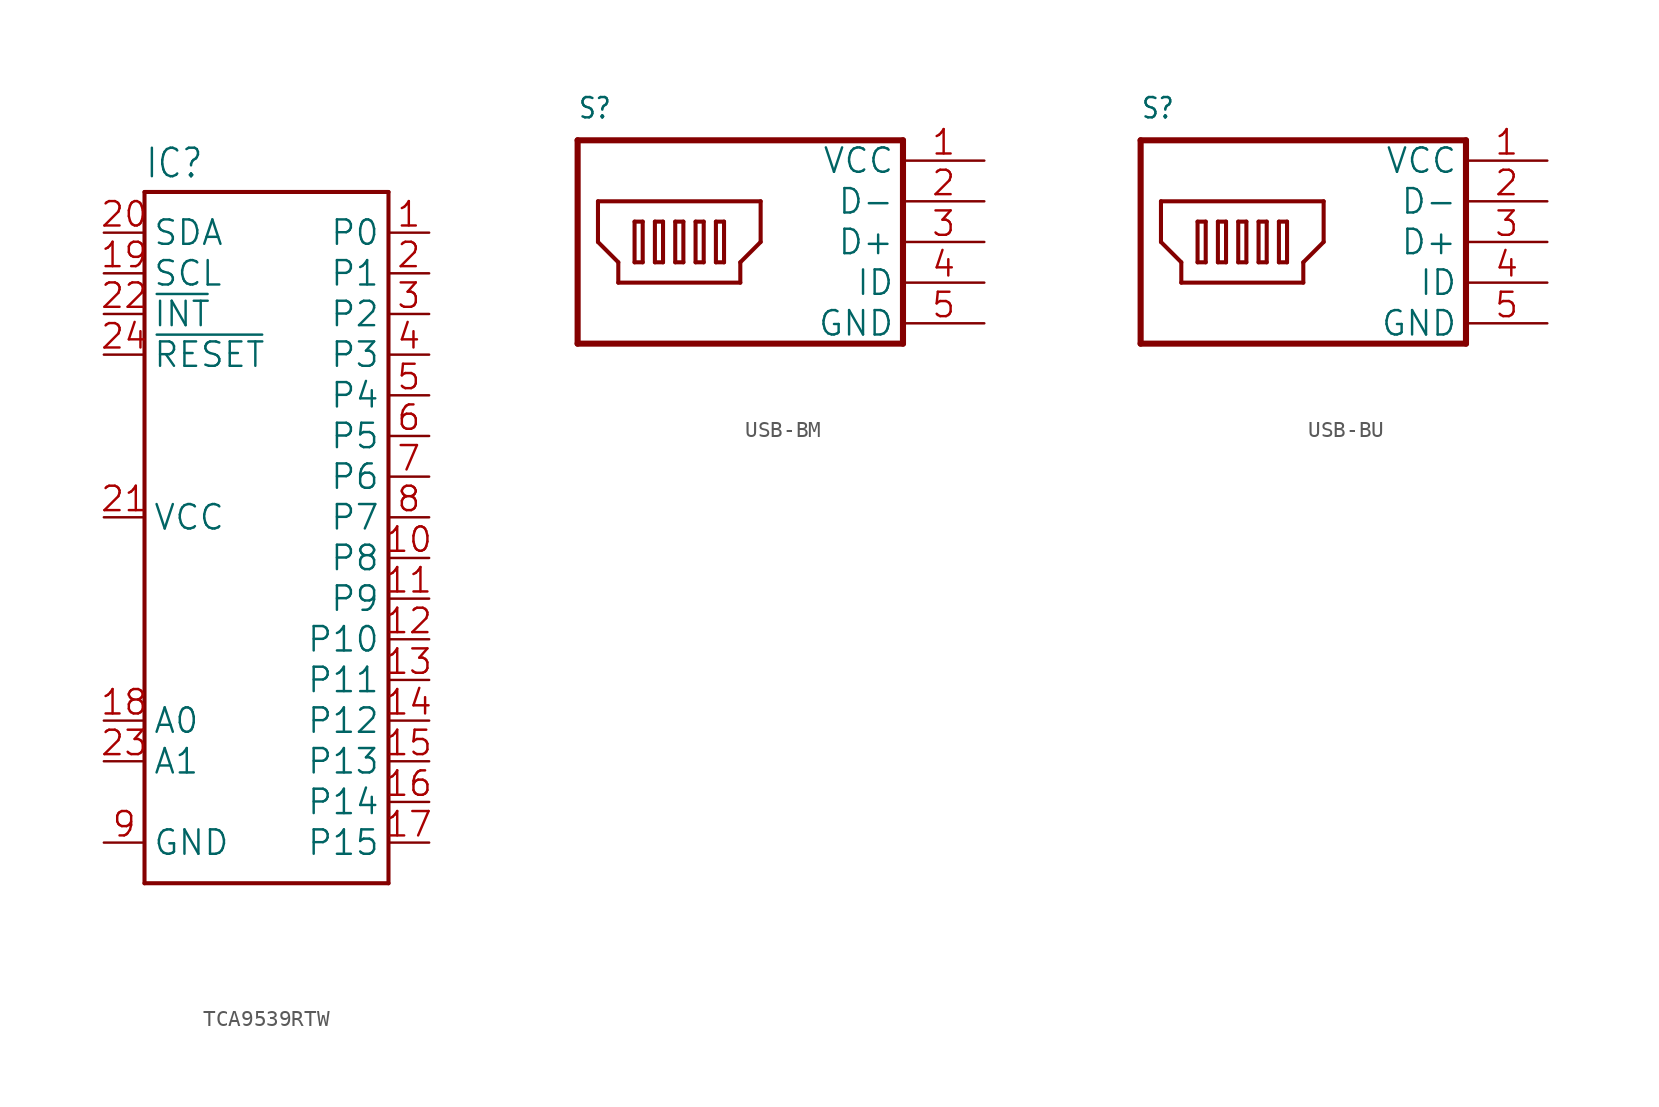
<source format=kicad_sym>
(kicad_symbol_lib
  (version 20241209)
  (generator "kicad_symbol_editor")
  (generator_version "9.0")
  (symbol "TCA9539RTW"
    (property "Reference" "IC"
      (at -7.62 21.082 0)
      (effects (font (size 1.778 1.511)) (justify left bottom)))
    (property "Value" ""
      (at -7.62 -25.4 0)
      (effects (font (size 1.778 1.511)) (justify left bottom)))
    (property "ki_locked" ""
      (at 0 0 0)
      (effects (font (size 1.27 1.27))))
    (symbol "TCA9539RTW_1_0"
      (polyline (pts (xy -7.62 20.32) (xy 7.62 20.32)) (stroke (width 0.254) (type solid)) (fill (type none)))
      (polyline (pts (xy -7.62 -22.86) (xy -7.62 20.32)) (stroke (width 0.254) (type solid)) (fill (type none)))
      (polyline (pts (xy 7.62 20.32) (xy 7.62 -22.86)) (stroke (width 0.254) (type solid)) (fill (type none)))
      (polyline (pts (xy 7.62 -22.86) (xy -7.62 -22.86)) (stroke (width 0.254) (type solid)) (fill (type none)))
      (pin bidirectional line (at -10.16 17.78 0) (length 2.54) (name "SDA" (effects (font (size 1.524 1.524)))) (number "20" (effects (font (size 1.524 1.524)))))
      (pin bidirectional line (at -10.16 15.24 0) (length 2.54) (name "SCL" (effects (font (size 1.524 1.524)))) (number "19" (effects (font (size 1.524 1.524)))))
      (pin bidirectional line (at -10.16 12.7 0) (length 2.54) (name "~{INT}" (effects (font (size 1.524 1.524)))) (number "22" (effects (font (size 1.524 1.524)))))
      (pin bidirectional line (at -10.16 10.16 0) (length 2.54) (name "~{RESET}" (effects (font (size 1.524 1.524)))) (number "24" (effects (font (size 1.524 1.524)))))
      (pin bidirectional line (at -10.16 0 0) (length 2.54) (name "VCC" (effects (font (size 1.524 1.524)))) (number "21" (effects (font (size 1.524 1.524)))))
      (pin bidirectional line (at -10.16 -12.7 0) (length 2.54) (name "A0" (effects (font (size 1.524 1.524)))) (number "18" (effects (font (size 1.524 1.524)))))
      (pin bidirectional line (at -10.16 -15.24 0) (length 2.54) (name "A1" (effects (font (size 1.524 1.524)))) (number "23" (effects (font (size 1.524 1.524)))))
      (pin bidirectional line (at -10.16 -20.32 0) (length 2.54) (name "GND" (effects (font (size 1.524 1.524)))) (number "9" (effects (font (size 1.524 1.524)))))
      (pin bidirectional line (at 10.16 17.78 180) (length 2.54) (name "P0" (effects (font (size 1.524 1.524)))) (number "1" (effects (font (size 1.524 1.524)))))
      (pin bidirectional line (at 10.16 15.24 180) (length 2.54) (name "P1" (effects (font (size 1.524 1.524)))) (number "2" (effects (font (size 1.524 1.524)))))
      (pin bidirectional line (at 10.16 12.7 180) (length 2.54) (name "P2" (effects (font (size 1.524 1.524)))) (number "3" (effects (font (size 1.524 1.524)))))
      (pin bidirectional line (at 10.16 10.16 180) (length 2.54) (name "P3" (effects (font (size 1.524 1.524)))) (number "4" (effects (font (size 1.524 1.524)))))
      (pin bidirectional line (at 10.16 7.62 180) (length 2.54) (name "P4" (effects (font (size 1.524 1.524)))) (number "5" (effects (font (size 1.524 1.524)))))
      (pin bidirectional line (at 10.16 5.08 180) (length 2.54) (name "P5" (effects (font (size 1.524 1.524)))) (number "6" (effects (font (size 1.524 1.524)))))
      (pin bidirectional line (at 10.16 2.54 180) (length 2.54) (name "P6" (effects (font (size 1.524 1.524)))) (number "7" (effects (font (size 1.524 1.524)))))
      (pin bidirectional line (at 10.16 0 180) (length 2.54) (name "P7" (effects (font (size 1.524 1.524)))) (number "8" (effects (font (size 1.524 1.524)))))
      (pin bidirectional line (at 10.16 -2.54 180) (length 2.54) (name "P8" (effects (font (size 1.524 1.524)))) (number "10" (effects (font (size 1.524 1.524)))))
      (pin bidirectional line (at 10.16 -5.08 180) (length 2.54) (name "P9" (effects (font (size 1.524 1.524)))) (number "11" (effects (font (size 1.524 1.524)))))
      (pin bidirectional line (at 10.16 -7.62 180) (length 2.54) (name "P10" (effects (font (size 1.524 1.524)))) (number "12" (effects (font (size 1.524 1.524)))))
      (pin bidirectional line (at 10.16 -10.16 180) (length 2.54) (name "P11" (effects (font (size 1.524 1.524)))) (number "13" (effects (font (size 1.524 1.524)))))
      (pin bidirectional line (at 10.16 -12.7 180) (length 2.54) (name "P12" (effects (font (size 1.524 1.524)))) (number "14" (effects (font (size 1.524 1.524)))))
      (pin bidirectional line (at 10.16 -15.24 180) (length 2.54) (name "P13" (effects (font (size 1.524 1.524)))) (number "15" (effects (font (size 1.524 1.524)))))
      (pin bidirectional line (at 10.16 -17.78 180) (length 2.54) (name "P14" (effects (font (size 1.524 1.524)))) (number "16" (effects (font (size 1.524 1.524)))))
      (pin bidirectional line (at 10.16 -20.32 180) (length 2.54) (name "P15" (effects (font (size 1.524 1.524)))) (number "17" (effects (font (size 1.524 1.524)))))))
  (symbol "USB-BM"
    (property "Reference" "S"
      (at -17.78 12.7 0)
      (effects (font (size 1.27 1.079)) (justify left bottom)))
    (property "Value" ""
      (at -17.78 -3.81 0)
      (effects (font (size 1.27 1.079)) (justify left bottom)))
    (property "ki_locked" ""
      (at 0 0 0)
      (effects (font (size 1.27 1.27))))
    (symbol "USB-BM_1_0"
      (polyline (pts (xy -17.78 11.43) (xy -17.78 -1.27)) (stroke (width 0.381) (type solid)) (fill (type none)))
      (polyline (pts (xy -17.78 -1.27) (xy 2.54 -1.27)) (stroke (width 0.381) (type solid)) (fill (type none)))
      (polyline (pts (xy -16.51 7.62) (xy -16.51 5.08)) (stroke (width 0.254) (type solid)) (fill (type none)))
      (polyline (pts (xy -16.51 5.08) (xy -15.24 3.81)) (stroke (width 0.254) (type solid)) (fill (type none)))
      (polyline (pts (xy -15.24 3.81) (xy -15.24 2.54)) (stroke (width 0.254) (type solid)) (fill (type none)))
      (polyline (pts (xy -15.24 2.54) (xy -7.62 2.54)) (stroke (width 0.254) (type solid)) (fill (type none)))
      (polyline (pts (xy -14.224 6.35) (xy -13.716 6.35)) (stroke (width 0.254) (type solid)) (fill (type none)))
      (polyline (pts (xy -14.224 3.81) (xy -14.224 6.35)) (stroke (width 0.254) (type solid)) (fill (type none)))
      (polyline (pts (xy -13.716 6.35) (xy -13.716 3.81)) (stroke (width 0.254) (type solid)) (fill (type none)))
      (polyline (pts (xy -13.716 3.81) (xy -14.224 3.81)) (stroke (width 0.254) (type solid)) (fill (type none)))
      (polyline (pts (xy -12.954 6.35) (xy -12.446 6.35)) (stroke (width 0.254) (type solid)) (fill (type none)))
      (polyline (pts (xy -12.954 3.81) (xy -12.954 6.35)) (stroke (width 0.254) (type solid)) (fill (type none)))
      (polyline (pts (xy -12.446 6.35) (xy -12.446 3.81)) (stroke (width 0.254) (type solid)) (fill (type none)))
      (polyline (pts (xy -12.446 3.81) (xy -12.954 3.81)) (stroke (width 0.254) (type solid)) (fill (type none)))
      (polyline (pts (xy -11.684 6.35) (xy -11.176 6.35)) (stroke (width 0.254) (type solid)) (fill (type none)))
      (polyline (pts (xy -11.684 3.81) (xy -11.684 6.35)) (stroke (width 0.254) (type solid)) (fill (type none)))
      (polyline (pts (xy -11.176 6.35) (xy -11.176 3.81)) (stroke (width 0.254) (type solid)) (fill (type none)))
      (polyline (pts (xy -11.176 3.81) (xy -11.684 3.81)) (stroke (width 0.254) (type solid)) (fill (type none)))
      (polyline (pts (xy -10.414 6.35) (xy -9.906 6.35)) (stroke (width 0.254) (type solid)) (fill (type none)))
      (polyline (pts (xy -10.414 3.81) (xy -10.414 6.35)) (stroke (width 0.254) (type solid)) (fill (type none)))
      (polyline (pts (xy -9.906 6.35) (xy -9.906 3.81)) (stroke (width 0.254) (type solid)) (fill (type none)))
      (polyline (pts (xy -9.906 3.81) (xy -10.414 3.81)) (stroke (width 0.254) (type solid)) (fill (type none)))
      (polyline (pts (xy -9.144 6.35) (xy -8.636 6.35)) (stroke (width 0.254) (type solid)) (fill (type none)))
      (polyline (pts (xy -9.144 3.81) (xy -9.144 6.35)) (stroke (width 0.254) (type solid)) (fill (type none)))
      (polyline (pts (xy -8.636 6.35) (xy -8.636 3.81)) (stroke (width 0.254) (type solid)) (fill (type none)))
      (polyline (pts (xy -8.636 3.81) (xy -9.144 3.81)) (stroke (width 0.254) (type solid)) (fill (type none)))
      (polyline (pts (xy -7.62 3.81) (xy -6.35 5.08)) (stroke (width 0.254) (type solid)) (fill (type none)))
      (polyline (pts (xy -7.62 2.54) (xy -7.62 3.81)) (stroke (width 0.254) (type solid)) (fill (type none)))
      (polyline (pts (xy -6.35 7.62) (xy -16.51 7.62)) (stroke (width 0.254) (type solid)) (fill (type none)))
      (polyline (pts (xy -6.35 5.08) (xy -6.35 7.62)) (stroke (width 0.254) (type solid)) (fill (type none)))
      (polyline (pts (xy 2.54 11.43) (xy -17.78 11.43)) (stroke (width 0.381) (type solid)) (fill (type none)))
      (polyline (pts (xy 2.54 -1.27) (xy 2.54 11.43)) (stroke (width 0.381) (type solid)) (fill (type none)))
      (pin bidirectional line (at 7.62 10.16 180) (length 5.08) (name "VCC" (effects (font (size 1.524 1.524)))) (number "1" (effects (font (size 1.524 1.524)))))
      (pin bidirectional line (at 7.62 7.62 180) (length 5.08) (name "D-" (effects (font (size 1.524 1.524)))) (number "2" (effects (font (size 1.524 1.524)))))
      (pin bidirectional line (at 7.62 5.08 180) (length 5.08) (name "D+" (effects (font (size 1.524 1.524)))) (number "3" (effects (font (size 1.524 1.524)))))
      (pin bidirectional line (at 7.62 2.54 180) (length 5.08) (name "ID" (effects (font (size 1.524 1.524)))) (number "4" (effects (font (size 1.524 1.524)))))
      (pin bidirectional line (at 7.62 0 180) (length 5.08) (name "GND" (effects (font (size 1.524 1.524)))) (number "5" (effects (font (size 1.524 1.524)))))))
  (symbol "USB-BU"
    (property "Reference" "S"
      (at -17.78 12.7 0)
      (effects (font (size 1.27 1.079)) (justify left bottom)))
    (property "Value" ""
      (at -17.78 -3.81 0)
      (effects (font (size 1.27 1.079)) (justify left bottom)))
    (property "ki_locked" ""
      (at 0 0 0)
      (effects (font (size 1.27 1.27))))
    (symbol "USB-BU_1_0"
      (polyline (pts (xy -17.78 11.43) (xy -17.78 -1.27)) (stroke (width 0.381) (type solid)) (fill (type none)))
      (polyline (pts (xy -17.78 -1.27) (xy 2.54 -1.27)) (stroke (width 0.381) (type solid)) (fill (type none)))
      (polyline (pts (xy -16.51 7.62) (xy -16.51 5.08)) (stroke (width 0.254) (type solid)) (fill (type none)))
      (polyline (pts (xy -16.51 5.08) (xy -15.24 3.81)) (stroke (width 0.254) (type solid)) (fill (type none)))
      (polyline (pts (xy -15.24 3.81) (xy -15.24 2.54)) (stroke (width 0.254) (type solid)) (fill (type none)))
      (polyline (pts (xy -15.24 2.54) (xy -7.62 2.54)) (stroke (width 0.254) (type solid)) (fill (type none)))
      (polyline (pts (xy -14.224 6.35) (xy -13.716 6.35)) (stroke (width 0.254) (type solid)) (fill (type none)))
      (polyline (pts (xy -14.224 3.81) (xy -14.224 6.35)) (stroke (width 0.254) (type solid)) (fill (type none)))
      (polyline (pts (xy -13.716 6.35) (xy -13.716 3.81)) (stroke (width 0.254) (type solid)) (fill (type none)))
      (polyline (pts (xy -13.716 3.81) (xy -14.224 3.81)) (stroke (width 0.254) (type solid)) (fill (type none)))
      (polyline (pts (xy -12.954 6.35) (xy -12.446 6.35)) (stroke (width 0.254) (type solid)) (fill (type none)))
      (polyline (pts (xy -12.954 3.81) (xy -12.954 6.35)) (stroke (width 0.254) (type solid)) (fill (type none)))
      (polyline (pts (xy -12.446 6.35) (xy -12.446 3.81)) (stroke (width 0.254) (type solid)) (fill (type none)))
      (polyline (pts (xy -12.446 3.81) (xy -12.954 3.81)) (stroke (width 0.254) (type solid)) (fill (type none)))
      (polyline (pts (xy -11.684 6.35) (xy -11.176 6.35)) (stroke (width 0.254) (type solid)) (fill (type none)))
      (polyline (pts (xy -11.684 3.81) (xy -11.684 6.35)) (stroke (width 0.254) (type solid)) (fill (type none)))
      (polyline (pts (xy -11.176 6.35) (xy -11.176 3.81)) (stroke (width 0.254) (type solid)) (fill (type none)))
      (polyline (pts (xy -11.176 3.81) (xy -11.684 3.81)) (stroke (width 0.254) (type solid)) (fill (type none)))
      (polyline (pts (xy -10.414 6.35) (xy -9.906 6.35)) (stroke (width 0.254) (type solid)) (fill (type none)))
      (polyline (pts (xy -10.414 3.81) (xy -10.414 6.35)) (stroke (width 0.254) (type solid)) (fill (type none)))
      (polyline (pts (xy -9.906 6.35) (xy -9.906 3.81)) (stroke (width 0.254) (type solid)) (fill (type none)))
      (polyline (pts (xy -9.906 3.81) (xy -10.414 3.81)) (stroke (width 0.254) (type solid)) (fill (type none)))
      (polyline (pts (xy -9.144 6.35) (xy -8.636 6.35)) (stroke (width 0.254) (type solid)) (fill (type none)))
      (polyline (pts (xy -9.144 3.81) (xy -9.144 6.35)) (stroke (width 0.254) (type solid)) (fill (type none)))
      (polyline (pts (xy -8.636 6.35) (xy -8.636 3.81)) (stroke (width 0.254) (type solid)) (fill (type none)))
      (polyline (pts (xy -8.636 3.81) (xy -9.144 3.81)) (stroke (width 0.254) (type solid)) (fill (type none)))
      (polyline (pts (xy -7.62 3.81) (xy -6.35 5.08)) (stroke (width 0.254) (type solid)) (fill (type none)))
      (polyline (pts (xy -7.62 2.54) (xy -7.62 3.81)) (stroke (width 0.254) (type solid)) (fill (type none)))
      (polyline (pts (xy -6.35 7.62) (xy -16.51 7.62)) (stroke (width 0.254) (type solid)) (fill (type none)))
      (polyline (pts (xy -6.35 5.08) (xy -6.35 7.62)) (stroke (width 0.254) (type solid)) (fill (type none)))
      (polyline (pts (xy 2.54 11.43) (xy -17.78 11.43)) (stroke (width 0.381) (type solid)) (fill (type none)))
      (polyline (pts (xy 2.54 -1.27) (xy 2.54 11.43)) (stroke (width 0.381) (type solid)) (fill (type none)))
      (pin bidirectional line (at 7.62 10.16 180) (length 5.08) (name "VCC" (effects (font (size 1.524 1.524)))) (number "1" (effects (font (size 1.524 1.524)))))
      (pin bidirectional line (at 7.62 7.62 180) (length 5.08) (name "D-" (effects (font (size 1.524 1.524)))) (number "2" (effects (font (size 1.524 1.524)))))
      (pin bidirectional line (at 7.62 5.08 180) (length 5.08) (name "D+" (effects (font (size 1.524 1.524)))) (number "3" (effects (font (size 1.524 1.524)))))
      (pin bidirectional line (at 7.62 2.54 180) (length 5.08) (name "ID" (effects (font (size 1.524 1.524)))) (number "4" (effects (font (size 1.524 1.524)))))
      (pin bidirectional line (at 7.62 0 180) (length 5.08) (name "GND" (effects (font (size 1.524 1.524)))) (number "5" (effects (font (size 1.524 1.524))))))))
</source>
